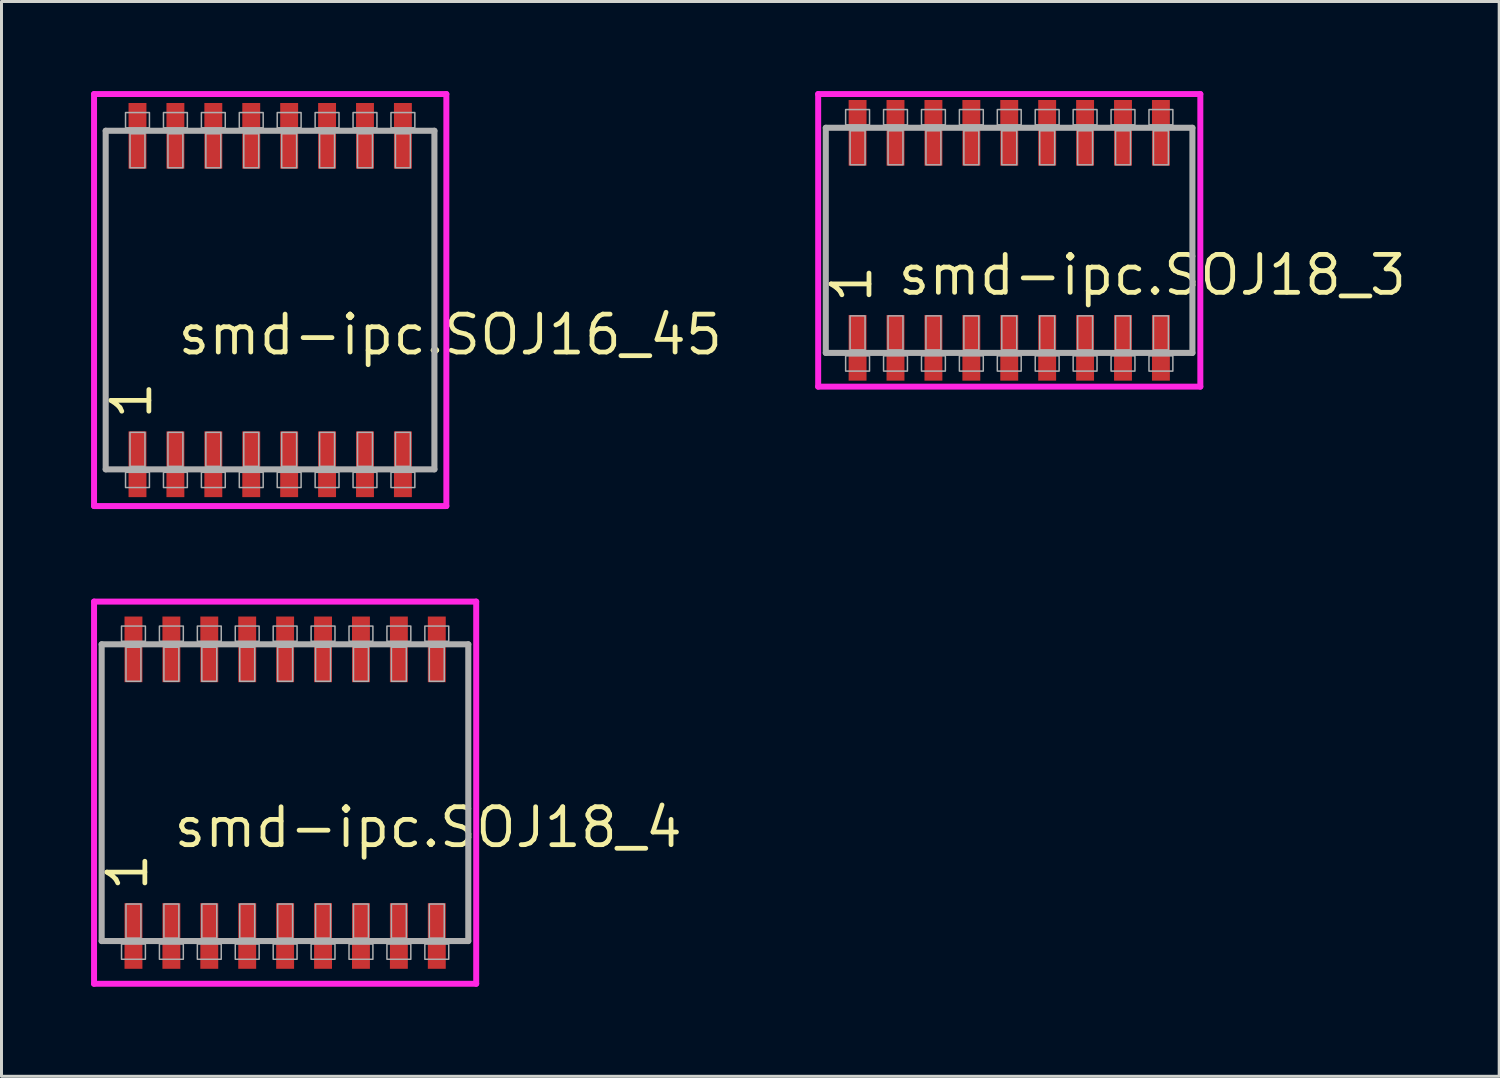
<source format=kicad_pcb>
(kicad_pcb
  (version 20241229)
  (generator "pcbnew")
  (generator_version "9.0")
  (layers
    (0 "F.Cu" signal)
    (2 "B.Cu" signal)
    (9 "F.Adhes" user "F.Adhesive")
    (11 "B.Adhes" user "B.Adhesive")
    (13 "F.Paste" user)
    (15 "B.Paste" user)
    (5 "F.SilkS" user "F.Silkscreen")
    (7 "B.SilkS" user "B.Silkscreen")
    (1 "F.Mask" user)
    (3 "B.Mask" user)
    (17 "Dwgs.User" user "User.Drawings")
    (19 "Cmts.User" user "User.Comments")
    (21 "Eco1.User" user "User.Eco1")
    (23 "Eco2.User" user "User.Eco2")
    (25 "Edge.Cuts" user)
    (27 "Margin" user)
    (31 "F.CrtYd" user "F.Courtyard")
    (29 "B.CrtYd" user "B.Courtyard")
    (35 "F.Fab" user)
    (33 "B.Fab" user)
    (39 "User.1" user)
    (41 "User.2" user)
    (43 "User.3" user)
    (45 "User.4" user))
  (footprint "smd-ipc.SOJ18_3"
    (layer "F.Cu")
    (at 30.754 5)
    (property "Reference" "smd-ipc.SOJ18_3" (at -3.81 1.905 0) (layer "F.SilkS") (effects (font (size 1.27 1.27) (thickness 0.16)) (justify left bottom)))
    (attr smd)
    (fp_line (start -6.4 -4.9) (end 6.4 -4.9) (stroke (width 0.2) (type default)) (layer "F.CrtYd"))
    (fp_line (start -6.4 4.9) (end -6.4 -4.9) (stroke (width 0.2) (type default)) (layer "F.CrtYd"))
    (fp_line (start 6.4 -4.9) (end 6.4 4.9) (stroke (width 0.2) (type default)) (layer "F.CrtYd"))
    (fp_line (start 6.4 4.9) (end -6.4 4.9) (stroke (width 0.2) (type default)) (layer "F.CrtYd"))
    (fp_line (start -6.145 -3.77) (end 6.135 -3.77) (stroke (width 0.203) (type default)) (layer "F.Fab"))
    (fp_line (start -6.145 3.77) (end -6.145 -3.77) (stroke (width 0.203) (type default)) (layer "F.Fab"))
    (fp_line (start 6.135 -3.77) (end 6.135 3.77) (stroke (width 0.203) (type default)) (layer "F.Fab"))
    (fp_line (start 6.135 3.77) (end -6.145 3.77) (stroke (width 0.203) (type default)) (layer "F.Fab"))
    (fp_rect (start -5.48 -3.87) (end -4.68 -4.38) (stroke (width 0.05) (type default)) (fill no) (layer "F.Fab"))
    (fp_rect (start -5.48 4.38) (end -4.68 3.87) (stroke (width 0.05) (type default)) (fill no) (layer "F.Fab"))
    (fp_rect (start -5.33 -2.53) (end -4.83 -3.67) (stroke (width 0.05) (type default)) (fill no) (layer "F.Fab"))
    (fp_rect (start -5.33 3.67) (end -4.83 2.53) (stroke (width 0.05) (type default)) (fill no) (layer "F.Fab"))
    (fp_rect (start -4.21 -3.87) (end -3.41 -4.38) (stroke (width 0.05) (type default)) (fill no) (layer "F.Fab"))
    (fp_rect (start -4.21 4.38) (end -3.41 3.87) (stroke (width 0.05) (type default)) (fill no) (layer "F.Fab"))
    (fp_rect (start -4.06 -2.53) (end -3.56 -3.67) (stroke (width 0.05) (type default)) (fill no) (layer "F.Fab"))
    (fp_rect (start -4.06 3.67) (end -3.56 2.53) (stroke (width 0.05) (type default)) (fill no) (layer "F.Fab"))
    (fp_rect (start -2.94 -3.87) (end -2.14 -4.38) (stroke (width 0.05) (type default)) (fill no) (layer "F.Fab"))
    (fp_rect (start -2.94 4.38) (end -2.14 3.87) (stroke (width 0.05) (type default)) (fill no) (layer "F.Fab"))
    (fp_rect (start -2.79 -2.53) (end -2.29 -3.67) (stroke (width 0.05) (type default)) (fill no) (layer "F.Fab"))
    (fp_rect (start -2.79 3.67) (end -2.29 2.53) (stroke (width 0.05) (type default)) (fill no) (layer "F.Fab"))
    (fp_rect (start -1.67 -3.87) (end -0.87 -4.38) (stroke (width 0.05) (type default)) (fill no) (layer "F.Fab"))
    (fp_rect (start -1.67 4.38) (end -0.87 3.87) (stroke (width 0.05) (type default)) (fill no) (layer "F.Fab"))
    (fp_rect (start -1.52 -2.53) (end -1.02 -3.67) (stroke (width 0.05) (type default)) (fill no) (layer "F.Fab"))
    (fp_rect (start -1.52 3.67) (end -1.02 2.53) (stroke (width 0.05) (type default)) (fill no) (layer "F.Fab"))
    (fp_rect (start -0.4 -3.87) (end 0.4 -4.38) (stroke (width 0.05) (type default)) (fill no) (layer "F.Fab"))
    (fp_rect (start -0.4 4.38) (end 0.4 3.87) (stroke (width 0.05) (type default)) (fill no) (layer "F.Fab"))
    (fp_rect (start -0.25 -2.53) (end 0.25 -3.67) (stroke (width 0.05) (type default)) (fill no) (layer "F.Fab"))
    (fp_rect (start -0.25 3.67) (end 0.25 2.53) (stroke (width 0.05) (type default)) (fill no) (layer "F.Fab"))
    (fp_rect (start 0.87 -3.87) (end 1.67 -4.38) (stroke (width 0.05) (type default)) (fill no) (layer "F.Fab"))
    (fp_rect (start 0.87 4.38) (end 1.67 3.87) (stroke (width 0.05) (type default)) (fill no) (layer "F.Fab"))
    (fp_rect (start 1.02 -2.53) (end 1.52 -3.67) (stroke (width 0.05) (type default)) (fill no) (layer "F.Fab"))
    (fp_rect (start 1.02 3.67) (end 1.52 2.53) (stroke (width 0.05) (type default)) (fill no) (layer "F.Fab"))
    (fp_rect (start 2.14 -3.87) (end 2.94 -4.38) (stroke (width 0.05) (type default)) (fill no) (layer "F.Fab"))
    (fp_rect (start 2.14 4.38) (end 2.94 3.87) (stroke (width 0.05) (type default)) (fill no) (layer "F.Fab"))
    (fp_rect (start 2.29 -2.53) (end 2.79 -3.67) (stroke (width 0.05) (type default)) (fill no) (layer "F.Fab"))
    (fp_rect (start 2.29 3.67) (end 2.79 2.53) (stroke (width 0.05) (type default)) (fill no) (layer "F.Fab"))
    (fp_rect (start 3.41 -3.87) (end 4.21 -4.38) (stroke (width 0.05) (type default)) (fill no) (layer "F.Fab"))
    (fp_rect (start 3.41 4.38) (end 4.21 3.87) (stroke (width 0.05) (type default)) (fill no) (layer "F.Fab"))
    (fp_rect (start 3.56 -2.53) (end 4.06 -3.67) (stroke (width 0.05) (type default)) (fill no) (layer "F.Fab"))
    (fp_rect (start 3.56 3.67) (end 4.06 2.53) (stroke (width 0.05) (type default)) (fill no) (layer "F.Fab"))
    (fp_rect (start 4.68 -3.87) (end 5.48 -4.38) (stroke (width 0.05) (type default)) (fill no) (layer "F.Fab"))
    (fp_rect (start 4.68 4.38) (end 5.48 3.87) (stroke (width 0.05) (type default)) (fill no) (layer "F.Fab"))
    (fp_rect (start 4.83 -2.53) (end 5.33 -3.67) (stroke (width 0.05) (type default)) (fill no) (layer "F.Fab"))
    (fp_rect (start 4.83 3.67) (end 5.33 2.53) (stroke (width 0.05) (type default)) (fill no) (layer "F.Fab"))
    (fp_text user "1" (at -4.535 2.17 90) (layer "F.SilkS") (effects (font (size 1.27 1.27) (thickness 0.16)) (justify left bottom)))
    (pad "1" smd roundrect (at -5.08 3.6) (size 0.6 2.2) (layers "F.Cu" "F.Mask" "F.Paste") (roundrect_rratio 0.01))
    (pad "2" smd roundrect (at -3.81 3.6) (size 0.6 2.2) (layers "F.Cu" "F.Mask" "F.Paste") (roundrect_rratio 0.01))
    (pad "3" smd roundrect (at -2.54 3.6) (size 0.6 2.2) (layers "F.Cu" "F.Mask" "F.Paste") (roundrect_rratio 0.01))
    (pad "4" smd roundrect (at -1.27 3.6) (size 0.6 2.2) (layers "F.Cu" "F.Mask" "F.Paste") (roundrect_rratio 0.01))
    (pad "5" smd roundrect (at 0 3.6) (size 0.6 2.2) (layers "F.Cu" "F.Mask" "F.Paste") (roundrect_rratio 0.01))
    (pad "6" smd roundrect (at 1.27 3.6) (size 0.6 2.2) (layers "F.Cu" "F.Mask" "F.Paste") (roundrect_rratio 0.01))
    (pad "7" smd roundrect (at 2.54 3.6) (size 0.6 2.2) (layers "F.Cu" "F.Mask" "F.Paste") (roundrect_rratio 0.01))
    (pad "8" smd roundrect (at 3.81 3.6) (size 0.6 2.2) (layers "F.Cu" "F.Mask" "F.Paste") (roundrect_rratio 0.01))
    (pad "9" smd roundrect (at 5.08 3.6) (size 0.6 2.2) (layers "F.Cu" "F.Mask" "F.Paste") (roundrect_rratio 0.01))
    (pad "10" smd roundrect (at 5.08 -3.6) (size 0.6 2.2) (layers "F.Cu" "F.Mask" "F.Paste") (roundrect_rratio 0.01))
    (pad "11" smd roundrect (at 3.81 -3.6) (size 0.6 2.2) (layers "F.Cu" "F.Mask" "F.Paste") (roundrect_rratio 0.01))
    (pad "12" smd roundrect (at 2.54 -3.6) (size 0.6 2.2) (layers "F.Cu" "F.Mask" "F.Paste") (roundrect_rratio 0.01))
    (pad "13" smd roundrect (at 1.27 -3.6) (size 0.6 2.2) (layers "F.Cu" "F.Mask" "F.Paste") (roundrect_rratio 0.01))
    (pad "14" smd roundrect (at 0 -3.6) (size 0.6 2.2) (layers "F.Cu" "F.Mask" "F.Paste") (roundrect_rratio 0.01))
    (pad "15" smd roundrect (at -1.27 -3.6) (size 0.6 2.2) (layers "F.Cu" "F.Mask" "F.Paste") (roundrect_rratio 0.01))
    (pad "16" smd roundrect (at -2.54 -3.6) (size 0.6 2.2) (layers "F.Cu" "F.Mask" "F.Paste") (roundrect_rratio 0.01))
    (pad "17" smd roundrect (at -3.81 -3.6) (size 0.6 2.2) (layers "F.Cu" "F.Mask" "F.Paste") (roundrect_rratio 0.01))
    (pad "18" smd roundrect (at -5.08 -3.6) (size 0.6 2.2) (layers "F.Cu" "F.Mask" "F.Paste") (roundrect_rratio 0.01)))
  (footprint "smd-ipc.SOJ16_45"
    (layer "F.Cu")
    (at 6 7)
    (property "Reference" "smd-ipc.SOJ16_45" (at -3.175 1.905 0) (layer "F.SilkS") (effects (font (size 1.27 1.27) (thickness 0.16)) (justify left bottom)))
    (attr smd)
    (fp_line (start -5.9 -6.9) (end 5.9 -6.9) (stroke (width 0.2) (type default)) (layer "F.CrtYd"))
    (fp_line (start -5.9 6.9) (end -5.9 -6.9) (stroke (width 0.2) (type default)) (layer "F.CrtYd"))
    (fp_line (start 5.9 -6.9) (end 5.9 6.9) (stroke (width 0.2) (type default)) (layer "F.CrtYd"))
    (fp_line (start 5.9 6.9) (end -5.9 6.9) (stroke (width 0.2) (type default)) (layer "F.CrtYd"))
    (fp_line (start -5.51 -5.67) (end 5.5 -5.67) (stroke (width 0.203) (type default)) (layer "F.Fab"))
    (fp_line (start -5.51 5.67) (end -5.51 -5.67) (stroke (width 0.203) (type default)) (layer "F.Fab"))
    (fp_line (start 5.5 -5.67) (end 5.5 5.67) (stroke (width 0.203) (type default)) (layer "F.Fab"))
    (fp_line (start 5.5 5.67) (end -5.51 5.67) (stroke (width 0.203) (type default)) (layer "F.Fab"))
    (fp_rect (start -4.845 -5.77) (end -4.045 -6.28) (stroke (width 0.05) (type default)) (fill no) (layer "F.Fab"))
    (fp_rect (start -4.845 6.28) (end -4.045 5.77) (stroke (width 0.05) (type default)) (fill no) (layer "F.Fab"))
    (fp_rect (start -4.695 -4.43) (end -4.195 -5.57) (stroke (width 0.05) (type default)) (fill no) (layer "F.Fab"))
    (fp_rect (start -4.695 5.57) (end -4.195 4.43) (stroke (width 0.05) (type default)) (fill no) (layer "F.Fab"))
    (fp_rect (start -3.575 -5.77) (end -2.775 -6.28) (stroke (width 0.05) (type default)) (fill no) (layer "F.Fab"))
    (fp_rect (start -3.575 6.28) (end -2.775 5.77) (stroke (width 0.05) (type default)) (fill no) (layer "F.Fab"))
    (fp_rect (start -3.425 -4.43) (end -2.925 -5.57) (stroke (width 0.05) (type default)) (fill no) (layer "F.Fab"))
    (fp_rect (start -3.425 5.57) (end -2.925 4.43) (stroke (width 0.05) (type default)) (fill no) (layer "F.Fab"))
    (fp_rect (start -2.305 -5.77) (end -1.505 -6.28) (stroke (width 0.05) (type default)) (fill no) (layer "F.Fab"))
    (fp_rect (start -2.305 6.28) (end -1.505 5.77) (stroke (width 0.05) (type default)) (fill no) (layer "F.Fab"))
    (fp_rect (start -2.155 -4.43) (end -1.655 -5.57) (stroke (width 0.05) (type default)) (fill no) (layer "F.Fab"))
    (fp_rect (start -2.155 5.57) (end -1.655 4.43) (stroke (width 0.05) (type default)) (fill no) (layer "F.Fab"))
    (fp_rect (start -1.035 -5.77) (end -0.235 -6.28) (stroke (width 0.05) (type default)) (fill no) (layer "F.Fab"))
    (fp_rect (start -1.035 6.28) (end -0.235 5.77) (stroke (width 0.05) (type default)) (fill no) (layer "F.Fab"))
    (fp_rect (start -0.885 -4.43) (end -0.385 -5.57) (stroke (width 0.05) (type default)) (fill no) (layer "F.Fab"))
    (fp_rect (start -0.885 5.57) (end -0.385 4.43) (stroke (width 0.05) (type default)) (fill no) (layer "F.Fab"))
    (fp_rect (start 0.235 -5.77) (end 1.035 -6.28) (stroke (width 0.05) (type default)) (fill no) (layer "F.Fab"))
    (fp_rect (start 0.235 6.28) (end 1.035 5.77) (stroke (width 0.05) (type default)) (fill no) (layer "F.Fab"))
    (fp_rect (start 0.385 -4.43) (end 0.885 -5.57) (stroke (width 0.05) (type default)) (fill no) (layer "F.Fab"))
    (fp_rect (start 0.385 5.57) (end 0.885 4.43) (stroke (width 0.05) (type default)) (fill no) (layer "F.Fab"))
    (fp_rect (start 1.505 -5.77) (end 2.305 -6.28) (stroke (width 0.05) (type default)) (fill no) (layer "F.Fab"))
    (fp_rect (start 1.505 6.28) (end 2.305 5.77) (stroke (width 0.05) (type default)) (fill no) (layer "F.Fab"))
    (fp_rect (start 1.655 -4.43) (end 2.155 -5.57) (stroke (width 0.05) (type default)) (fill no) (layer "F.Fab"))
    (fp_rect (start 1.655 5.57) (end 2.155 4.43) (stroke (width 0.05) (type default)) (fill no) (layer "F.Fab"))
    (fp_rect (start 2.775 -5.77) (end 3.575 -6.28) (stroke (width 0.05) (type default)) (fill no) (layer "F.Fab"))
    (fp_rect (start 2.775 6.28) (end 3.575 5.77) (stroke (width 0.05) (type default)) (fill no) (layer "F.Fab"))
    (fp_rect (start 2.925 -4.43) (end 3.425 -5.57) (stroke (width 0.05) (type default)) (fill no) (layer "F.Fab"))
    (fp_rect (start 2.925 5.57) (end 3.425 4.43) (stroke (width 0.05) (type default)) (fill no) (layer "F.Fab"))
    (fp_rect (start 4.045 -5.77) (end 4.845 -6.28) (stroke (width 0.05) (type default)) (fill no) (layer "F.Fab"))
    (fp_rect (start 4.045 6.28) (end 4.845 5.77) (stroke (width 0.05) (type default)) (fill no) (layer "F.Fab"))
    (fp_rect (start 4.195 -4.43) (end 4.695 -5.57) (stroke (width 0.05) (type default)) (fill no) (layer "F.Fab"))
    (fp_rect (start 4.195 5.57) (end 4.695 4.43) (stroke (width 0.05) (type default)) (fill no) (layer "F.Fab"))
    (fp_text user "1" (at -3.9 4.07 90) (layer "F.SilkS") (effects (font (size 1.27 1.27) (thickness 0.16)) (justify left bottom)))
    (pad "1" smd roundrect (at -4.445 5.5) (size 0.6 2.2) (layers "F.Cu" "F.Mask" "F.Paste") (roundrect_rratio 0.01))
    (pad "2" smd roundrect (at -3.175 5.5) (size 0.6 2.2) (layers "F.Cu" "F.Mask" "F.Paste") (roundrect_rratio 0.01))
    (pad "3" smd roundrect (at -1.905 5.5) (size 0.6 2.2) (layers "F.Cu" "F.Mask" "F.Paste") (roundrect_rratio 0.01))
    (pad "4" smd roundrect (at -0.635 5.5) (size 0.6 2.2) (layers "F.Cu" "F.Mask" "F.Paste") (roundrect_rratio 0.01))
    (pad "5" smd roundrect (at 0.635 5.5) (size 0.6 2.2) (layers "F.Cu" "F.Mask" "F.Paste") (roundrect_rratio 0.01))
    (pad "6" smd roundrect (at 1.905 5.5) (size 0.6 2.2) (layers "F.Cu" "F.Mask" "F.Paste") (roundrect_rratio 0.01))
    (pad "7" smd roundrect (at 3.175 5.5) (size 0.6 2.2) (layers "F.Cu" "F.Mask" "F.Paste") (roundrect_rratio 0.01))
    (pad "8" smd roundrect (at 4.445 5.5) (size 0.6 2.2) (layers "F.Cu" "F.Mask" "F.Paste") (roundrect_rratio 0.01))
    (pad "9" smd roundrect (at 4.445 -5.5) (size 0.6 2.2) (layers "F.Cu" "F.Mask" "F.Paste") (roundrect_rratio 0.01))
    (pad "10" smd roundrect (at 3.175 -5.5) (size 0.6 2.2) (layers "F.Cu" "F.Mask" "F.Paste") (roundrect_rratio 0.01))
    (pad "11" smd roundrect (at 1.905 -5.5) (size 0.6 2.2) (layers "F.Cu" "F.Mask" "F.Paste") (roundrect_rratio 0.01))
    (pad "12" smd roundrect (at 0.635 -5.5) (size 0.6 2.2) (layers "F.Cu" "F.Mask" "F.Paste") (roundrect_rratio 0.01))
    (pad "13" smd roundrect (at -0.635 -5.5) (size 0.6 2.2) (layers "F.Cu" "F.Mask" "F.Paste") (roundrect_rratio 0.01))
    (pad "14" smd roundrect (at -1.905 -5.5) (size 0.6 2.2) (layers "F.Cu" "F.Mask" "F.Paste") (roundrect_rratio 0.01))
    (pad "15" smd roundrect (at -3.175 -5.5) (size 0.6 2.2) (layers "F.Cu" "F.Mask" "F.Paste") (roundrect_rratio 0.01))
    (pad "16" smd roundrect (at -4.445 -5.5) (size 0.6 2.2) (layers "F.Cu" "F.Mask" "F.Paste") (roundrect_rratio 0.01)))
  (footprint "smd-ipc.SOJ18_4"
    (layer "F.Cu")
    (at 6.5 23.5)
    (property "Reference" "smd-ipc.SOJ18_4" (at -3.81 1.905 0) (layer "F.SilkS") (effects (font (size 1.27 1.27) (thickness 0.16)) (justify left bottom)))
    (attr smd)
    (fp_line (start -6.4 -6.4) (end 6.4 -6.4) (stroke (width 0.2) (type default)) (layer "F.CrtYd"))
    (fp_line (start -6.4 6.4) (end -6.4 -6.4) (stroke (width 0.2) (type default)) (layer "F.CrtYd"))
    (fp_line (start 6.4 -6.4) (end 6.4 6.4) (stroke (width 0.2) (type default)) (layer "F.CrtYd"))
    (fp_line (start 6.4 6.4) (end -6.4 6.4) (stroke (width 0.2) (type default)) (layer "F.CrtYd"))
    (fp_line (start -6.145 -4.97) (end 6.135 -4.97) (stroke (width 0.203) (type default)) (layer "F.Fab"))
    (fp_line (start -6.145 4.97) (end -6.145 -4.97) (stroke (width 0.203) (type default)) (layer "F.Fab"))
    (fp_line (start 6.135 -4.97) (end 6.135 4.97) (stroke (width 0.203) (type default)) (layer "F.Fab"))
    (fp_line (start 6.135 4.97) (end -6.145 4.97) (stroke (width 0.203) (type default)) (layer "F.Fab"))
    (fp_rect (start -5.48 -5.07) (end -4.68 -5.58) (stroke (width 0.05) (type default)) (fill no) (layer "F.Fab"))
    (fp_rect (start -5.48 5.58) (end -4.68 5.07) (stroke (width 0.05) (type default)) (fill no) (layer "F.Fab"))
    (fp_rect (start -5.33 -3.73) (end -4.83 -4.87) (stroke (width 0.05) (type default)) (fill no) (layer "F.Fab"))
    (fp_rect (start -5.33 4.87) (end -4.83 3.73) (stroke (width 0.05) (type default)) (fill no) (layer "F.Fab"))
    (fp_rect (start -4.21 -5.07) (end -3.41 -5.58) (stroke (width 0.05) (type default)) (fill no) (layer "F.Fab"))
    (fp_rect (start -4.21 5.58) (end -3.41 5.07) (stroke (width 0.05) (type default)) (fill no) (layer "F.Fab"))
    (fp_rect (start -4.06 -3.73) (end -3.56 -4.87) (stroke (width 0.05) (type default)) (fill no) (layer "F.Fab"))
    (fp_rect (start -4.06 4.87) (end -3.56 3.73) (stroke (width 0.05) (type default)) (fill no) (layer "F.Fab"))
    (fp_rect (start -2.94 -5.07) (end -2.14 -5.58) (stroke (width 0.05) (type default)) (fill no) (layer "F.Fab"))
    (fp_rect (start -2.94 5.58) (end -2.14 5.07) (stroke (width 0.05) (type default)) (fill no) (layer "F.Fab"))
    (fp_rect (start -2.79 -3.73) (end -2.29 -4.87) (stroke (width 0.05) (type default)) (fill no) (layer "F.Fab"))
    (fp_rect (start -2.79 4.87) (end -2.29 3.73) (stroke (width 0.05) (type default)) (fill no) (layer "F.Fab"))
    (fp_rect (start -1.67 -5.07) (end -0.87 -5.58) (stroke (width 0.05) (type default)) (fill no) (layer "F.Fab"))
    (fp_rect (start -1.67 5.58) (end -0.87 5.07) (stroke (width 0.05) (type default)) (fill no) (layer "F.Fab"))
    (fp_rect (start -1.52 -3.73) (end -1.02 -4.87) (stroke (width 0.05) (type default)) (fill no) (layer "F.Fab"))
    (fp_rect (start -1.52 4.87) (end -1.02 3.73) (stroke (width 0.05) (type default)) (fill no) (layer "F.Fab"))
    (fp_rect (start -0.4 -5.07) (end 0.4 -5.58) (stroke (width 0.05) (type default)) (fill no) (layer "F.Fab"))
    (fp_rect (start -0.4 5.58) (end 0.4 5.07) (stroke (width 0.05) (type default)) (fill no) (layer "F.Fab"))
    (fp_rect (start -0.25 -3.73) (end 0.25 -4.87) (stroke (width 0.05) (type default)) (fill no) (layer "F.Fab"))
    (fp_rect (start -0.25 4.87) (end 0.25 3.73) (stroke (width 0.05) (type default)) (fill no) (layer "F.Fab"))
    (fp_rect (start 0.87 -5.07) (end 1.67 -5.58) (stroke (width 0.05) (type default)) (fill no) (layer "F.Fab"))
    (fp_rect (start 0.87 5.58) (end 1.67 5.07) (stroke (width 0.05) (type default)) (fill no) (layer "F.Fab"))
    (fp_rect (start 1.02 -3.73) (end 1.52 -4.87) (stroke (width 0.05) (type default)) (fill no) (layer "F.Fab"))
    (fp_rect (start 1.02 4.87) (end 1.52 3.73) (stroke (width 0.05) (type default)) (fill no) (layer "F.Fab"))
    (fp_rect (start 2.14 -5.07) (end 2.94 -5.58) (stroke (width 0.05) (type default)) (fill no) (layer "F.Fab"))
    (fp_rect (start 2.14 5.58) (end 2.94 5.07) (stroke (width 0.05) (type default)) (fill no) (layer "F.Fab"))
    (fp_rect (start 2.29 -3.73) (end 2.79 -4.87) (stroke (width 0.05) (type default)) (fill no) (layer "F.Fab"))
    (fp_rect (start 2.29 4.87) (end 2.79 3.73) (stroke (width 0.05) (type default)) (fill no) (layer "F.Fab"))
    (fp_rect (start 3.41 -5.07) (end 4.21 -5.58) (stroke (width 0.05) (type default)) (fill no) (layer "F.Fab"))
    (fp_rect (start 3.41 5.58) (end 4.21 5.07) (stroke (width 0.05) (type default)) (fill no) (layer "F.Fab"))
    (fp_rect (start 3.56 -3.73) (end 4.06 -4.87) (stroke (width 0.05) (type default)) (fill no) (layer "F.Fab"))
    (fp_rect (start 3.56 4.87) (end 4.06 3.73) (stroke (width 0.05) (type default)) (fill no) (layer "F.Fab"))
    (fp_rect (start 4.68 -5.07) (end 5.48 -5.58) (stroke (width 0.05) (type default)) (fill no) (layer "F.Fab"))
    (fp_rect (start 4.68 5.58) (end 5.48 5.07) (stroke (width 0.05) (type default)) (fill no) (layer "F.Fab"))
    (fp_rect (start 4.83 -3.73) (end 5.33 -4.87) (stroke (width 0.05) (type default)) (fill no) (layer "F.Fab"))
    (fp_rect (start 4.83 4.87) (end 5.33 3.73) (stroke (width 0.05) (type default)) (fill no) (layer "F.Fab"))
    (fp_text user "1" (at -4.535 3.37 90) (layer "F.SilkS") (effects (font (size 1.27 1.27) (thickness 0.16)) (justify left bottom)))
    (pad "1" smd roundrect (at -5.08 4.8) (size 0.6 2.2) (layers "F.Cu" "F.Mask" "F.Paste") (roundrect_rratio 0.01))
    (pad "2" smd roundrect (at -3.81 4.8) (size 0.6 2.2) (layers "F.Cu" "F.Mask" "F.Paste") (roundrect_rratio 0.01))
    (pad "3" smd roundrect (at -2.54 4.8) (size 0.6 2.2) (layers "F.Cu" "F.Mask" "F.Paste") (roundrect_rratio 0.01))
    (pad "4" smd roundrect (at -1.27 4.8) (size 0.6 2.2) (layers "F.Cu" "F.Mask" "F.Paste") (roundrect_rratio 0.01))
    (pad "5" smd roundrect (at 0 4.8) (size 0.6 2.2) (layers "F.Cu" "F.Mask" "F.Paste") (roundrect_rratio 0.01))
    (pad "6" smd roundrect (at 1.27 4.8) (size 0.6 2.2) (layers "F.Cu" "F.Mask" "F.Paste") (roundrect_rratio 0.01))
    (pad "7" smd roundrect (at 2.54 4.8) (size 0.6 2.2) (layers "F.Cu" "F.Mask" "F.Paste") (roundrect_rratio 0.01))
    (pad "8" smd roundrect (at 3.81 4.8) (size 0.6 2.2) (layers "F.Cu" "F.Mask" "F.Paste") (roundrect_rratio 0.01))
    (pad "9" smd roundrect (at 5.08 4.8) (size 0.6 2.2) (layers "F.Cu" "F.Mask" "F.Paste") (roundrect_rratio 0.01))
    (pad "10" smd roundrect (at 5.08 -4.8) (size 0.6 2.2) (layers "F.Cu" "F.Mask" "F.Paste") (roundrect_rratio 0.01))
    (pad "11" smd roundrect (at 3.81 -4.8) (size 0.6 2.2) (layers "F.Cu" "F.Mask" "F.Paste") (roundrect_rratio 0.01))
    (pad "12" smd roundrect (at 2.54 -4.8) (size 0.6 2.2) (layers "F.Cu" "F.Mask" "F.Paste") (roundrect_rratio 0.01))
    (pad "13" smd roundrect (at 1.27 -4.8) (size 0.6 2.2) (layers "F.Cu" "F.Mask" "F.Paste") (roundrect_rratio 0.01))
    (pad "14" smd roundrect (at 0 -4.8) (size 0.6 2.2) (layers "F.Cu" "F.Mask" "F.Paste") (roundrect_rratio 0.01))
    (pad "15" smd roundrect (at -1.27 -4.8) (size 0.6 2.2) (layers "F.Cu" "F.Mask" "F.Paste") (roundrect_rratio 0.01))
    (pad "16" smd roundrect (at -2.54 -4.8) (size 0.6 2.2) (layers "F.Cu" "F.Mask" "F.Paste") (roundrect_rratio 0.01))
    (pad "17" smd roundrect (at -3.81 -4.8) (size 0.6 2.2) (layers "F.Cu" "F.Mask" "F.Paste") (roundrect_rratio 0.01))
    (pad "18" smd roundrect (at -5.08 -4.8) (size 0.6 2.2) (layers "F.Cu" "F.Mask" "F.Paste") (roundrect_rratio 0.01)))
  (gr_rect
    (start -3 -3)
    (end 47.164 33)
    (stroke (width 0.1) (type default))
    (fill no)
    (layer "Edge.Cuts")))
</source>
